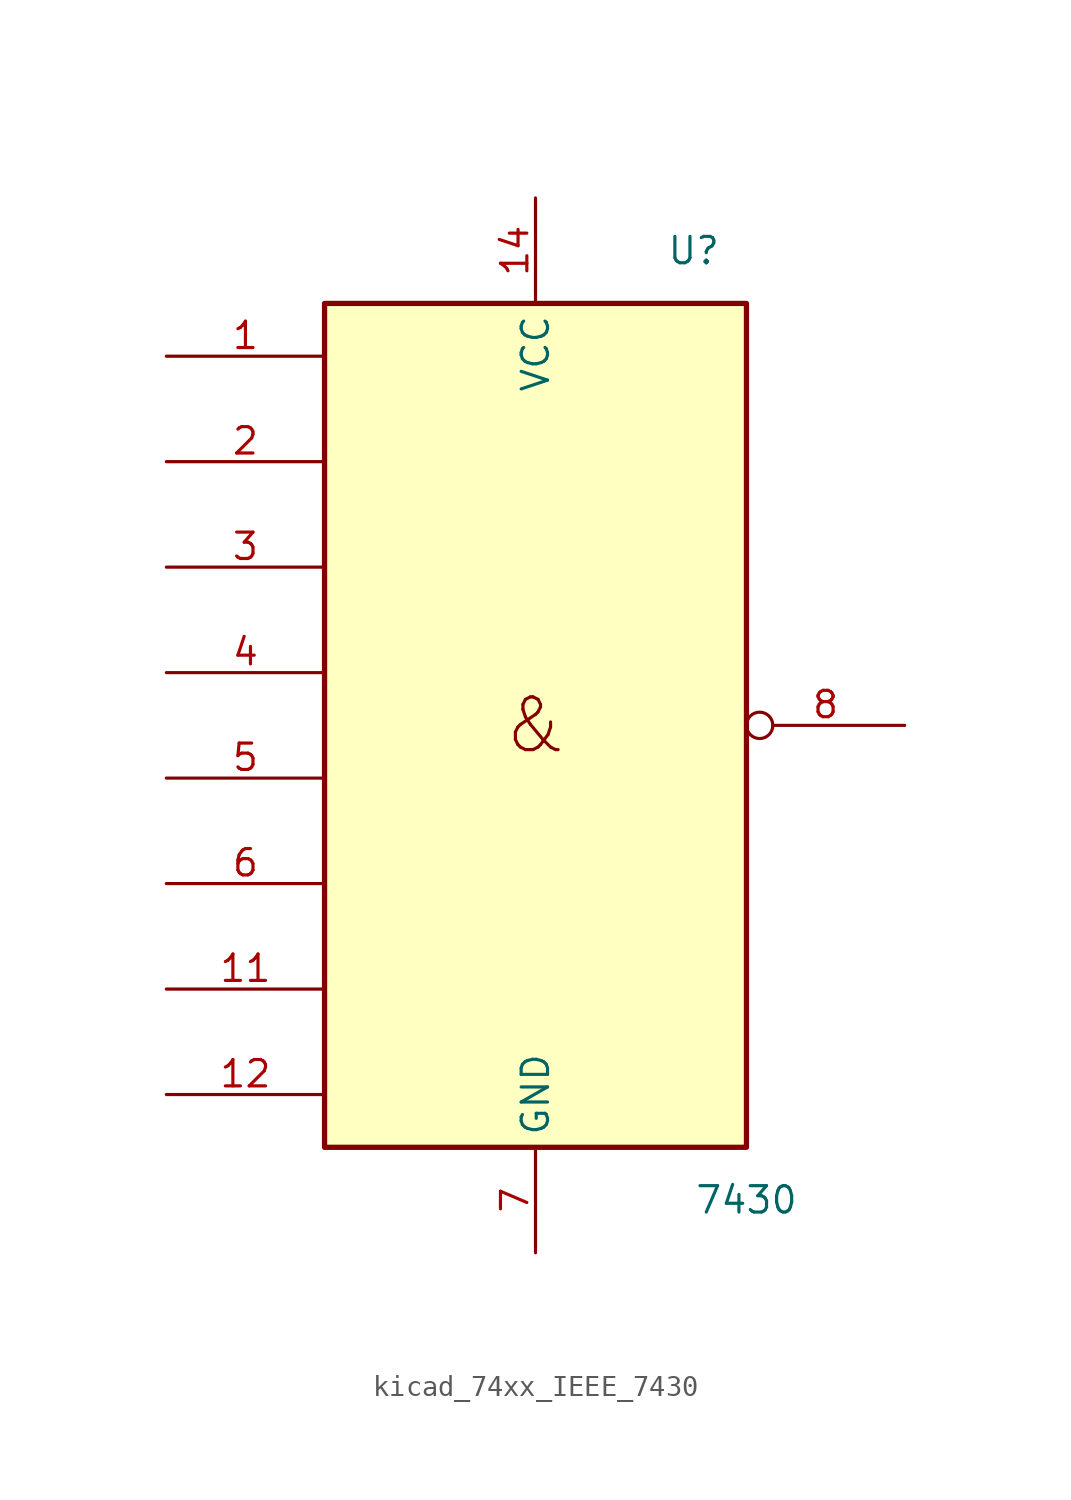
<source format=kicad_sym>
(kicad_symbol_lib
  (version 20220914)
  (generator kicad_symbol_editor)
  (symbol "kicad_74xx_IEEE_7430"
    (property "Reference" "U"
      (at 7.62 22.86 0)
      (effects (font (size 1.27 1.27))))
    (property "Value" "7430"
      (at 10.16 -22.86 0)
      (effects (font (size 1.27 1.27))))
    (symbol "kicad_74xx_IEEE_7430_0_0"
      (text "&" (at 0 0 0) (effects (font (size 2.54 2.54)))))
    (symbol "kicad_74xx_IEEE_7430_0_1"
      (rectangle (start -10.16 20.32) (end 10.16 -20.32) (stroke (width 0.254) (type default)) (fill (type background)))
      (pin power_in line (at 0 25.4 270) (length 5.08) (name "VCC" (effects (font (size 1.27 1.27)))) (number "14" (effects (font (size 1.27 1.27)))))
      (pin power_in line (at 0 -25.4 90) (length 5.08) (name "GND" (effects (font (size 1.27 1.27)))) (number "7" (effects (font (size 1.27 1.27))))))
    (symbol "kicad_74xx_IEEE_7430_1_1"
      (pin input line (at -17.78 17.78 0) (length 7.62) (name "~" (effects (font (size 1.27 1.27)))) (number "1" (effects (font (size 1.27 1.27)))))
      (pin input line (at -17.78 -12.7 0) (length 7.62) (name "~" (effects (font (size 1.27 1.27)))) (number "11" (effects (font (size 1.27 1.27)))))
      (pin input line (at -17.78 -17.78 0) (length 7.62) (name "~" (effects (font (size 1.27 1.27)))) (number "12" (effects (font (size 1.27 1.27)))))
      (pin input line (at -17.78 12.7 0) (length 7.62) (name "~" (effects (font (size 1.27 1.27)))) (number "2" (effects (font (size 1.27 1.27)))))
      (pin input line (at -17.78 7.62 0) (length 7.62) (name "~" (effects (font (size 1.27 1.27)))) (number "3" (effects (font (size 1.27 1.27)))))
      (pin input line (at -17.78 2.54 0) (length 7.62) (name "~" (effects (font (size 1.27 1.27)))) (number "4" (effects (font (size 1.27 1.27)))))
      (pin input line (at -17.78 -2.54 0) (length 7.62) (name "~" (effects (font (size 1.27 1.27)))) (number "5" (effects (font (size 1.27 1.27)))))
      (pin input line (at -17.78 -7.62 0) (length 7.62) (name "~" (effects (font (size 1.27 1.27)))) (number "6" (effects (font (size 1.27 1.27)))))
      (pin output inverted (at 17.78 0 180) (length 7.62) (name "~" (effects (font (size 1.27 1.27)))) (number "8" (effects (font (size 1.27 1.27))))))))
</source>
